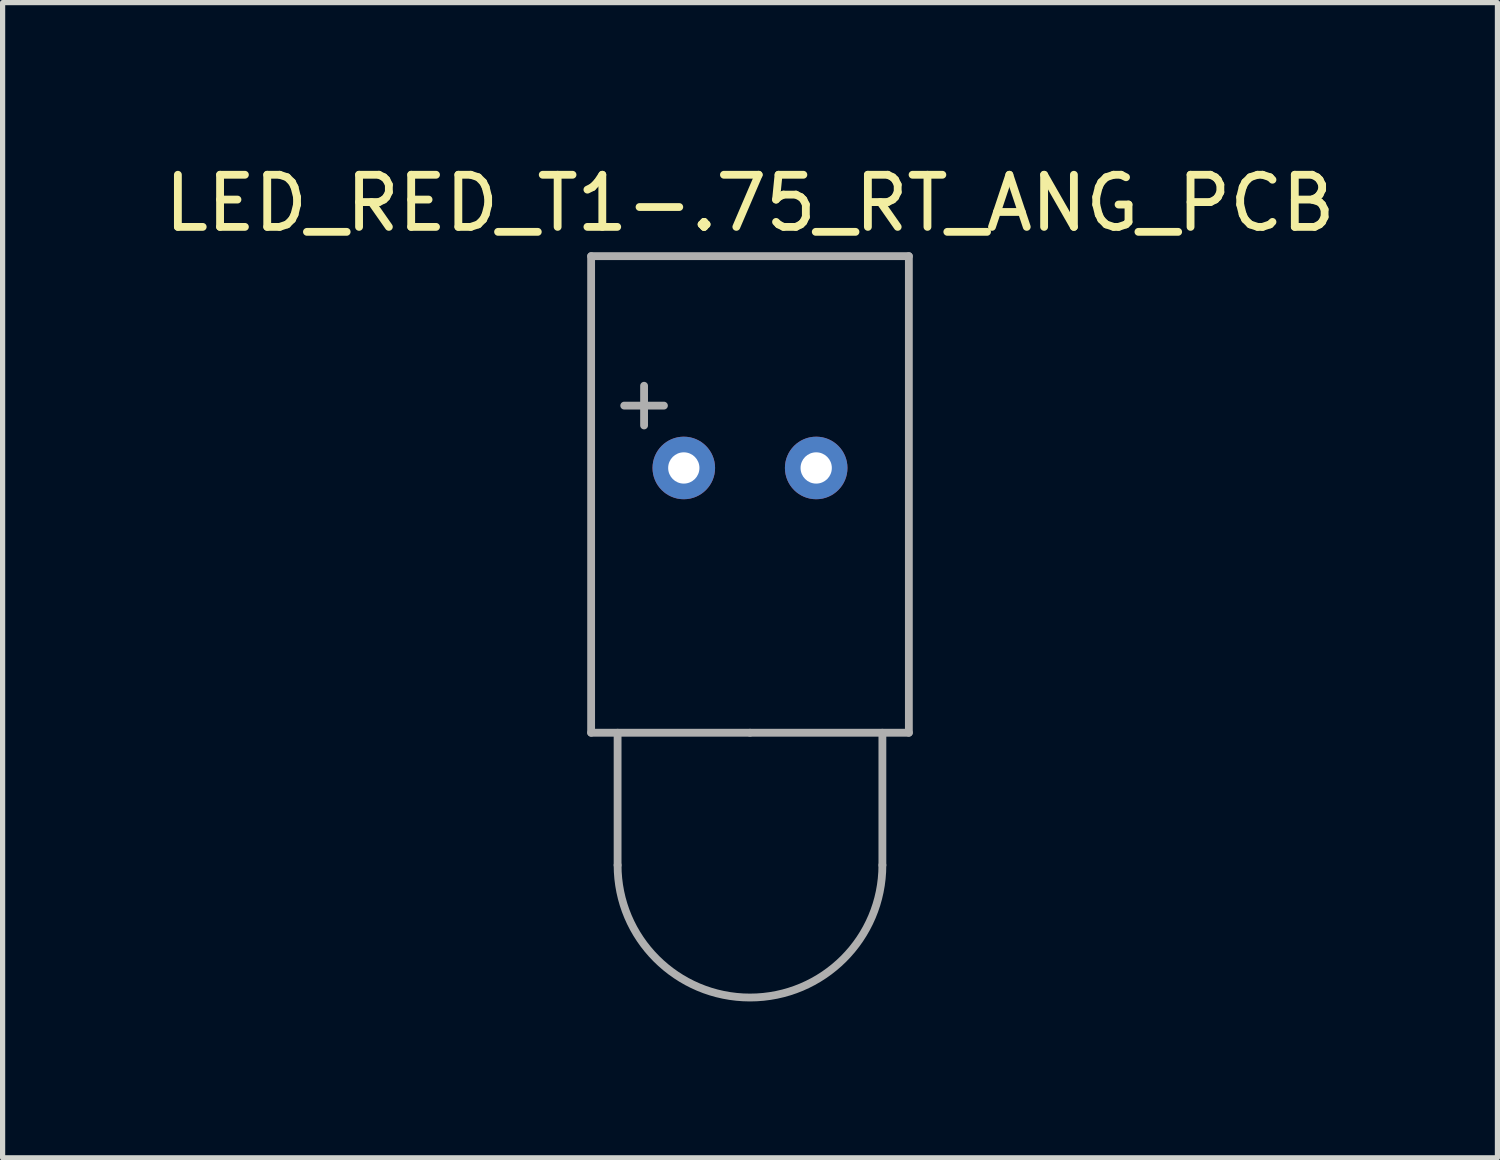
<source format=kicad_pcb>
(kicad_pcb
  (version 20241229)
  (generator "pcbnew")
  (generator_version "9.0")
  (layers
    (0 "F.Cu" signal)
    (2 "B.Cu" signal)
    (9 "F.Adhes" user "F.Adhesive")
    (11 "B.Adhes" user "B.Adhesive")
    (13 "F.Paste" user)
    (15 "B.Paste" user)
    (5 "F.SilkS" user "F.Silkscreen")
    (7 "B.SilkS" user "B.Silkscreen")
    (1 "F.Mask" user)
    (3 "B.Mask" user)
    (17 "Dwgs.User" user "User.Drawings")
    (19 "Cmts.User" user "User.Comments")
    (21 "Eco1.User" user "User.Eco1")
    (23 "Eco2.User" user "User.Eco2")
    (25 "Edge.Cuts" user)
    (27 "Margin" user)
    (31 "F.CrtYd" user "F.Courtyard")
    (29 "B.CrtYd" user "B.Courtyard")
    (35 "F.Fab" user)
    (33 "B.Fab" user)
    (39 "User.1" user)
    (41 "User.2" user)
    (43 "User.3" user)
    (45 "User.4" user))
  (footprint "LED_RED_T1-.75_RT_ANG_PCB"
    (layer "F.Cu")
    (at 11.339 5.928)
    (property "Reference" "LED_RED_T1-.75_RT_ANG_PCB" (at 0 -5.08 0) (layer "F.SilkS") (effects (font (size 1 1) (thickness 0.15))))
    (attr through_hole)
    (fp_line (start -3.048 -4.064) (end 3.048 -4.064) (stroke (width 0.15) (type solid)) (layer "F.Fab"))
    (fp_line (start -3.048 5.08) (end -3.048 -4.064) (stroke (width 0.15) (type solid)) (layer "F.Fab"))
    (fp_line (start -2.54 5.08) (end -2.54 7.62) (stroke (width 0.15) (type solid)) (layer "F.Fab"))
    (fp_line (start 0 5.08) (end -3.048 5.08) (stroke (width 0.15) (type solid)) (layer "F.Fab"))
    (fp_line (start 0 5.08) (end 3.048 5.08) (stroke (width 0.15) (type solid)) (layer "F.Fab"))
    (fp_line (start 2.54 5.08) (end 2.54 7.62) (stroke (width 0.15) (type solid)) (layer "F.Fab"))
    (fp_line (start 3.048 5.08) (end 3.048 -4.064) (stroke (width 0.15) (type solid)) (layer "F.Fab"))
    (fp_arc (start 2.54 7.62) (mid 0 10.16) (end -2.54 7.62) (stroke (width 0.15) (type solid)) (layer "F.Fab"))
    (fp_text user "+" (at -2.032 -1.27 0) (layer "F.Fab") (effects (font (size 1 1) (thickness 0.15))))
    (pad "1" thru_hole circle (at 1.27 0) (size 1.2 1.2) (drill 0.6) (layers "*.Cu" "*.Mask"))
    (pad "2" thru_hole circle (at -1.27 0) (size 1.2 1.2) (drill 0.6) (layers "*.Cu" "*.Mask")))
  (gr_rect
    (start -3 -3)
    (end 25.679 19.163)
    (stroke (width 0.1) (type default))
    (fill no)
    (layer "Edge.Cuts")))
</source>
